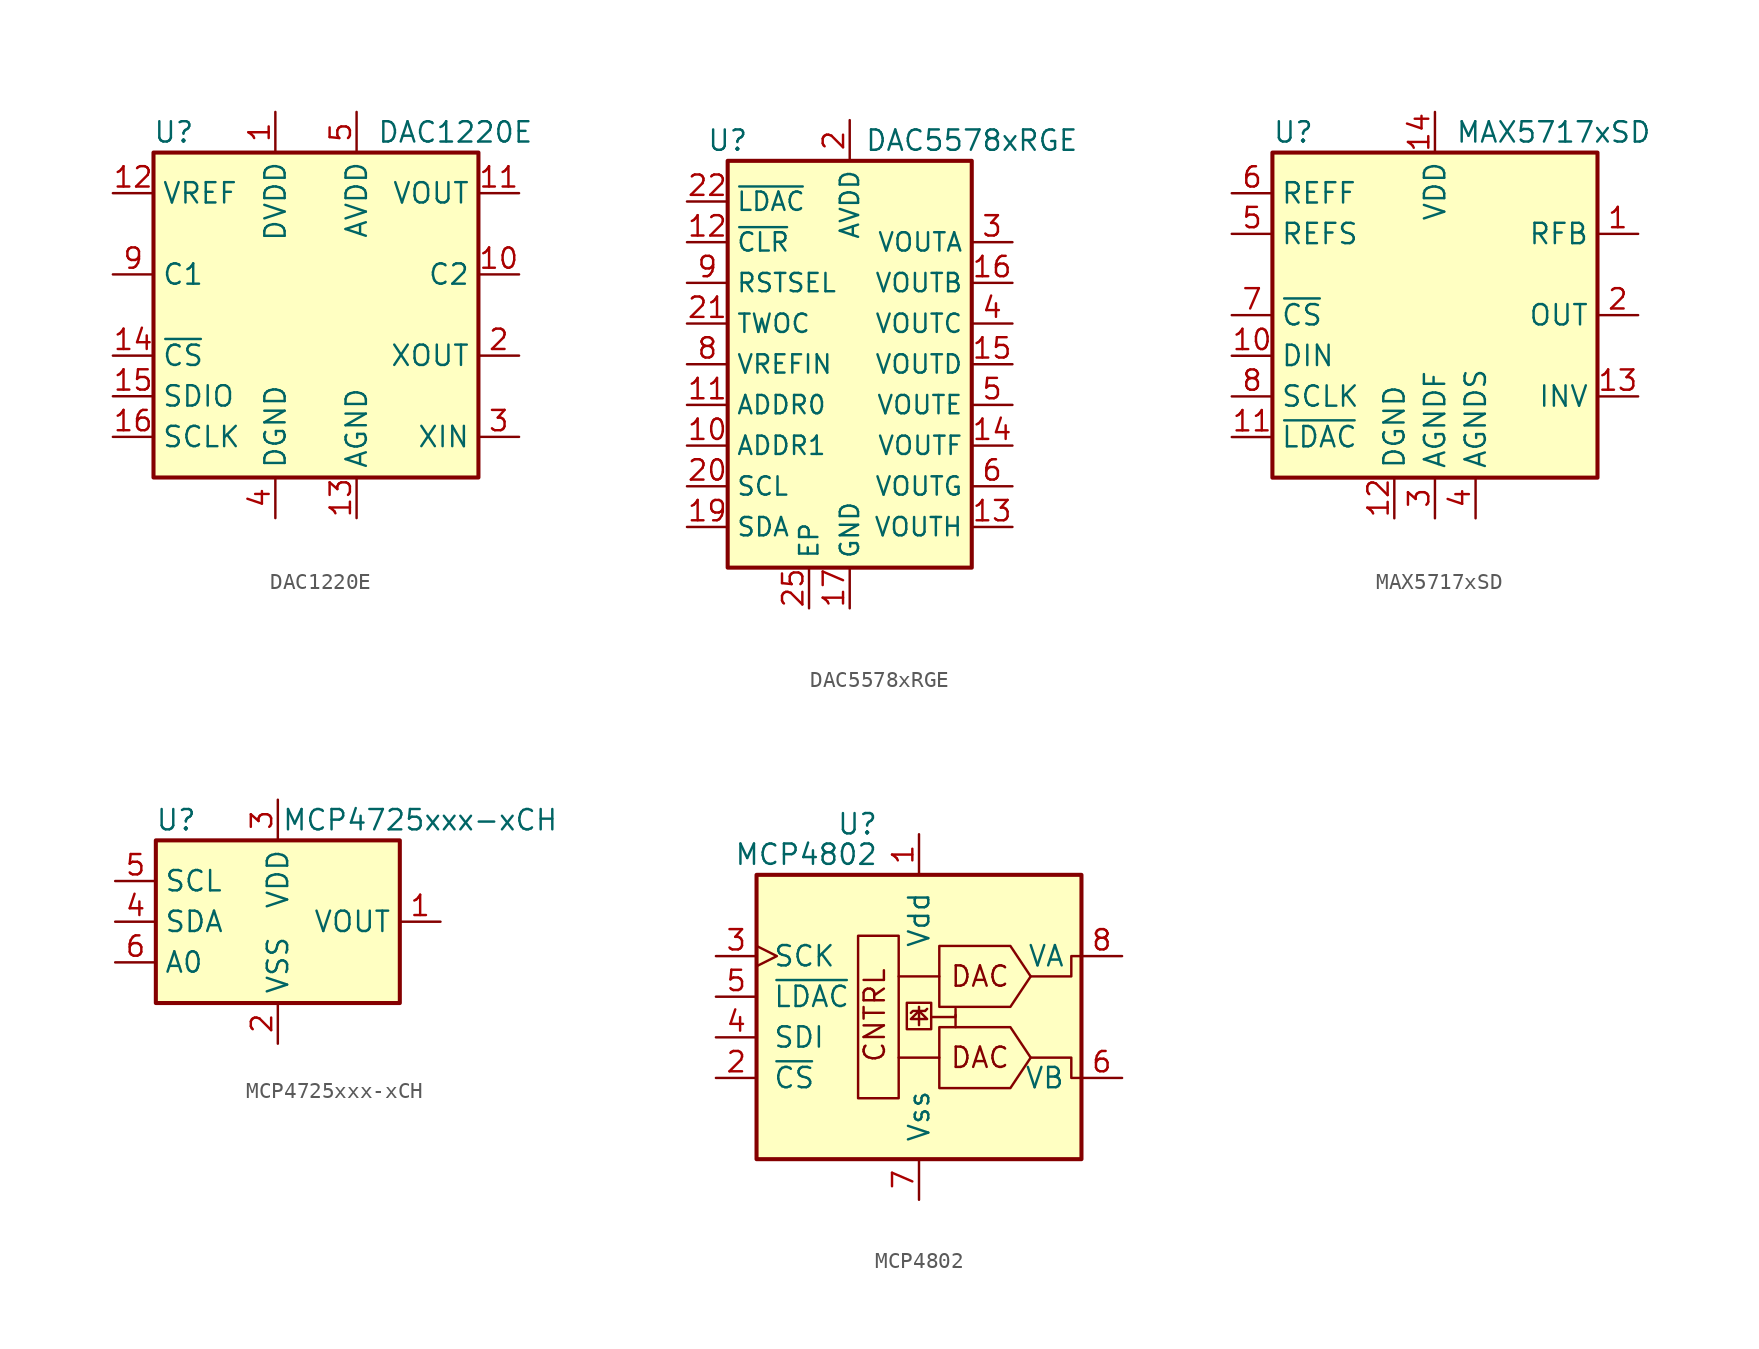
<source format=kicad_sym>
(kicad_symbol_lib
  (version 20201005)
  (generator kicad_symbol_editor)
  (symbol "DAC1220E"
    (property "Reference" "U"
      (at -8.89 11.43 0)
      (effects (font (size 1.27 1.27))))
    (property "Value" "DAC1220E"
      (at 3.81 11.43 0)
      (effects (font (size 1.27 1.27)) (justify left)))
    (symbol "DAC1220E_0_1"
      (rectangle (start -10.16 10.16) (end 10.16 -10.16) (stroke (width 0.254)) (fill (type background))))
    (symbol "DAC1220E_1_1"
      (pin power_in line (at -2.54 12.7 270) (length 2.54) (name "DVDD" (effects (font (size 1.27 1.27)))) (number "1" (effects (font (size 1.27 1.27)))))
      (pin passive line (at 12.7 2.54 180) (length 2.54) (name "C2" (effects (font (size 1.27 1.27)))) (number "10" (effects (font (size 1.27 1.27)))))
      (pin output line (at 12.7 7.62 180) (length 2.54) (name "VOUT" (effects (font (size 1.27 1.27)))) (number "11" (effects (font (size 1.27 1.27)))))
      (pin input line (at -12.7 7.62 0) (length 2.54) (name "VREF" (effects (font (size 1.27 1.27)))) (number "12" (effects (font (size 1.27 1.27)))))
      (pin power_in line (at 2.54 -12.7 90) (length 2.54) (name "AGND" (effects (font (size 1.27 1.27)))) (number "13" (effects (font (size 1.27 1.27)))))
      (pin input line (at -12.7 -2.54 0) (length 2.54) (name "~CS" (effects (font (size 1.27 1.27)))) (number "14" (effects (font (size 1.27 1.27)))))
      (pin bidirectional line (at -12.7 -5.08 0) (length 2.54) (name "SDIO" (effects (font (size 1.27 1.27)))) (number "15" (effects (font (size 1.27 1.27)))))
      (pin input line (at -12.7 -7.62 0) (length 2.54) (name "SCLK" (effects (font (size 1.27 1.27)))) (number "16" (effects (font (size 1.27 1.27)))))
      (pin output line (at 12.7 -2.54 180) (length 2.54) (name "XOUT" (effects (font (size 1.27 1.27)))) (number "2" (effects (font (size 1.27 1.27)))))
      (pin input line (at 12.7 -7.62 180) (length 2.54) (name "XIN" (effects (font (size 1.27 1.27)))) (number "3" (effects (font (size 1.27 1.27)))))
      (pin power_in line (at -2.54 -12.7 90) (length 2.54) (name "DGND" (effects (font (size 1.27 1.27)))) (number "4" (effects (font (size 1.27 1.27)))))
      (pin power_in line (at 2.54 12.7 270) (length 2.54) (name "AVDD" (effects (font (size 1.27 1.27)))) (number "5" (effects (font (size 1.27 1.27)))))
      (pin no_connect line (at 10.16 5.08 180) (length 2.54) hide (name "DNC" (effects (font (size 1.27 1.27)))) (number "6" (effects (font (size 1.27 1.27)))))
      (pin no_connect line (at 10.16 0 180) (length 2.54) hide (name "DNC" (effects (font (size 1.27 1.27)))) (number "7" (effects (font (size 1.27 1.27)))))
      (pin no_connect line (at 10.16 -5.08 180) (length 2.54) hide (name "DNC" (effects (font (size 1.27 1.27)))) (number "8" (effects (font (size 1.27 1.27)))))
      (pin passive line (at -12.7 2.54 0) (length 2.54) (name "C1" (effects (font (size 1.27 1.27)))) (number "9" (effects (font (size 1.27 1.27)))))))
  (symbol "DAC5578xRGE"
    (property "Reference" "U"
      (at -7.62 13.97 0)
      (effects (font (size 1.27 1.27))))
    (property "Value" "DAC5578xRGE"
      (at 7.62 13.97 0)
      (effects (font (size 1.27 1.27))))
    (symbol "DAC5578xRGE_0_1"
      (rectangle (start -7.62 12.7) (end 7.62 -12.7) (stroke (width 0.254)) (fill (type background))))
    (symbol "DAC5578xRGE_1_1"
      (pin no_connect line (at 7.62 10.16 180) (length 2.54) hide (name "NC" (effects (font (size 1.143 1.143)))) (number "1" (effects (font (size 1.27 1.27)))))
      (pin input line (at -10.16 -5.08 0) (length 2.54) (name "ADDR1" (effects (font (size 1.143 1.143)))) (number "10" (effects (font (size 1.27 1.27)))))
      (pin input line (at -10.16 -2.54 0) (length 2.54) (name "ADDR0" (effects (font (size 1.143 1.143)))) (number "11" (effects (font (size 1.27 1.27)))))
      (pin input line (at -10.16 7.62 0) (length 2.54) (name "~CLR" (effects (font (size 1.143 1.143)))) (number "12" (effects (font (size 1.27 1.27)))))
      (pin output line (at 10.16 -10.16 180) (length 2.54) (name "VOUTH" (effects (font (size 1.143 1.143)))) (number "13" (effects (font (size 1.27 1.27)))))
      (pin output line (at 10.16 -5.08 180) (length 2.54) (name "VOUTF" (effects (font (size 1.143 1.143)))) (number "14" (effects (font (size 1.27 1.27)))))
      (pin output line (at 10.16 0 180) (length 2.54) (name "VOUTD" (effects (font (size 1.143 1.143)))) (number "15" (effects (font (size 1.27 1.27)))))
      (pin output line (at 10.16 5.08 180) (length 2.54) (name "VOUTB" (effects (font (size 1.143 1.143)))) (number "16" (effects (font (size 1.27 1.27)))))
      (pin power_in line (at 0 -15.24 90) (length 2.54) (name "GND" (effects (font (size 1.143 1.143)))) (number "17" (effects (font (size 1.27 1.27)))))
      (pin no_connect line (at 7.62 12.7 180) (length 2.54) hide (name "NC" (effects (font (size 1.143 1.143)))) (number "18" (effects (font (size 1.27 1.27)))))
      (pin bidirectional line (at -10.16 -10.16 0) (length 2.54) (name "SDA" (effects (font (size 1.143 1.143)))) (number "19" (effects (font (size 1.27 1.27)))))
      (pin power_in line (at 0 15.24 270) (length 2.54) (name "AVDD" (effects (font (size 1.143 1.143)))) (number "2" (effects (font (size 1.27 1.27)))))
      (pin input line (at -10.16 -7.62 0) (length 2.54) (name "SCL" (effects (font (size 1.143 1.143)))) (number "20" (effects (font (size 1.27 1.27)))))
      (pin input line (at -10.16 2.54 0) (length 2.54) (name "TWOC" (effects (font (size 1.143 1.143)))) (number "21" (effects (font (size 1.27 1.27)))))
      (pin input line (at -10.16 10.16 0) (length 2.54) (name "~LDAC" (effects (font (size 1.143 1.143)))) (number "22" (effects (font (size 1.27 1.27)))))
      (pin no_connect line (at 5.08 12.7 180) (length 2.54) hide (name "NC" (effects (font (size 1.143 1.143)))) (number "23" (effects (font (size 1.27 1.27)))))
      (pin no_connect line (at 2.54 10.16 180) (length 2.54) hide (name "NC" (effects (font (size 1.143 1.143)))) (number "24" (effects (font (size 1.27 1.27)))))
      (pin passive line (at -2.54 -15.24 90) (length 2.54) (name "EP" (effects (font (size 1.143 1.143)))) (number "25" (effects (font (size 1.27 1.27)))))
      (pin output line (at 10.16 7.62 180) (length 2.54) (name "VOUTA" (effects (font (size 1.143 1.143)))) (number "3" (effects (font (size 1.27 1.27)))))
      (pin output line (at 10.16 2.54 180) (length 2.54) (name "VOUTC" (effects (font (size 1.143 1.143)))) (number "4" (effects (font (size 1.27 1.27)))))
      (pin output line (at 10.16 -2.54 180) (length 2.54) (name "VOUTE" (effects (font (size 1.143 1.143)))) (number "5" (effects (font (size 1.27 1.27)))))
      (pin output line (at 10.16 -7.62 180) (length 2.54) (name "VOUTG" (effects (font (size 1.143 1.143)))) (number "6" (effects (font (size 1.27 1.27)))))
      (pin no_connect line (at 5.08 10.16 180) (length 2.54) hide (name "NC" (effects (font (size 1.143 1.143)))) (number "7" (effects (font (size 1.27 1.27)))))
      (pin input line (at -10.16 0 0) (length 2.54) (name "VREFIN" (effects (font (size 1.143 1.143)))) (number "8" (effects (font (size 1.27 1.27)))))
      (pin input line (at -10.16 5.08 0) (length 2.54) (name "RSTSEL" (effects (font (size 1.143 1.143)))) (number "9" (effects (font (size 1.27 1.27)))))))
  (symbol "MAX5717xSD"
    (property "Reference" "U"
      (at -10.16 11.43 0)
      (effects (font (size 1.27 1.27)) (justify left)))
    (property "Value" "MAX5717xSD"
      (at 1.27 11.43 0)
      (effects (font (size 1.27 1.27)) (justify left)))
    (symbol "MAX5717xSD_0_1"
      (rectangle (start -10.16 10.16) (end 10.16 -10.16) (stroke (width 0.254)) (fill (type background))))
    (symbol "MAX5717xSD_1_1"
      (pin passive line (at 12.7 5.08 180) (length 2.54) (name "RFB" (effects (font (size 1.27 1.27)))) (number "1" (effects (font (size 1.27 1.27)))))
      (pin input line (at -12.7 -2.54 0) (length 2.54) (name "DIN" (effects (font (size 1.27 1.27)))) (number "10" (effects (font (size 1.27 1.27)))))
      (pin input line (at -12.7 -7.62 0) (length 2.54) (name "~LDAC" (effects (font (size 1.27 1.27)))) (number "11" (effects (font (size 1.27 1.27)))))
      (pin power_in line (at -2.54 -12.7 90) (length 2.54) (name "DGND" (effects (font (size 1.27 1.27)))) (number "12" (effects (font (size 1.27 1.27)))))
      (pin passive line (at 12.7 -5.08 180) (length 2.54) (name "INV" (effects (font (size 1.27 1.27)))) (number "13" (effects (font (size 1.27 1.27)))))
      (pin power_in line (at 0 12.7 270) (length 2.54) (name "VDD" (effects (font (size 1.27 1.27)))) (number "14" (effects (font (size 1.27 1.27)))))
      (pin output line (at 12.7 0 180) (length 2.54) (name "OUT" (effects (font (size 1.27 1.27)))) (number "2" (effects (font (size 1.27 1.27)))))
      (pin power_in line (at 0 -12.7 90) (length 2.54) (name "AGNDF" (effects (font (size 1.27 1.27)))) (number "3" (effects (font (size 1.27 1.27)))))
      (pin power_in line (at 2.54 -12.7 90) (length 2.54) (name "AGNDS" (effects (font (size 1.27 1.27)))) (number "4" (effects (font (size 1.27 1.27)))))
      (pin input line (at -12.7 5.08 0) (length 2.54) (name "REFS" (effects (font (size 1.27 1.27)))) (number "5" (effects (font (size 1.27 1.27)))))
      (pin input line (at -12.7 7.62 0) (length 2.54) (name "REFF" (effects (font (size 1.27 1.27)))) (number "6" (effects (font (size 1.27 1.27)))))
      (pin input line (at -12.7 0 0) (length 2.54) (name "~CS" (effects (font (size 1.27 1.27)))) (number "7" (effects (font (size 1.27 1.27)))))
      (pin input line (at -12.7 -5.08 0) (length 2.54) (name "SCLK" (effects (font (size 1.27 1.27)))) (number "8" (effects (font (size 1.27 1.27)))))
      (pin no_connect line (at 10.16 -7.62 180) (length 2.54) hide (name "NC" (effects (font (size 1.27 1.27)))) (number "9" (effects (font (size 1.27 1.27)))))))
  (symbol "MCP4725xxx-xCH"
    (property "Reference" "U"
      (at -6.35 6.35 0)
      (effects (font (size 1.27 1.27))))
    (property "Value" "MCP4725xxx-xCH"
      (at 8.89 6.35 0)
      (effects (font (size 1.27 1.27))))
    (symbol "MCP4725xxx-xCH_0_1"
      (rectangle (start -7.62 5.08) (end 7.62 -5.08) (stroke (width 0.254)) (fill (type background))))
    (symbol "MCP4725xxx-xCH_1_1"
      (pin output line (at 10.16 0 180) (length 2.54) (name "VOUT" (effects (font (size 1.27 1.27)))) (number "1" (effects (font (size 1.27 1.27)))))
      (pin power_in line (at 0 -7.62 90) (length 2.54) (name "VSS" (effects (font (size 1.27 1.27)))) (number "2" (effects (font (size 1.27 1.27)))))
      (pin power_in line (at 0 7.62 270) (length 2.54) (name "VDD" (effects (font (size 1.27 1.27)))) (number "3" (effects (font (size 1.27 1.27)))))
      (pin bidirectional line (at -10.16 0 0) (length 2.54) (name "SDA" (effects (font (size 1.27 1.27)))) (number "4" (effects (font (size 1.27 1.27)))))
      (pin input line (at -10.16 2.54 0) (length 2.54) (name "SCL" (effects (font (size 1.27 1.27)))) (number "5" (effects (font (size 1.27 1.27)))))
      (pin input line (at -10.16 -2.54 0) (length 2.54) (name "A0" (effects (font (size 1.27 1.27)))) (number "6" (effects (font (size 1.27 1.27)))))))
  (symbol "MCP4802"
    (pin_names
      (offset 1.016))
    (property "Reference" "U"
      (at -2.54 10.795 0)
      (effects (font (size 1.27 1.27)) (justify right)))
    (property "Value" "MCP4802"
      (at -2.54 8.89 0)
      (effects (font (size 1.27 1.27)) (justify right)))
    (symbol "MCP4802_0_0"
      (text "CNTRL" (at -2.032 -4.191 900) (effects (font (size 1.27 1.27)) (justify left bottom)))
      (text "DAC" (at 3.81 -3.81 0) (effects (font (size 1.27 1.27))))
      (text "DAC" (at 3.81 1.27 0) (effects (font (size 1.27 1.27))))
      (rectangle (start 0.762 -0.381) (end -0.762 -2.032) (stroke (width 0)) (fill (type none)))
      (polyline (pts (xy 0 -1.778) (xy 0 -0.635)) (stroke (width 0)) (fill (type none)))
      (polyline (pts (xy 0.381 -0.889) (xy 0.508 -0.762)) (stroke (width 0)) (fill (type none)))
      (polyline (pts (xy 2.286 -1.143) (xy 2.286 -1.905)) (stroke (width 0)) (fill (type none)))
      (polyline (pts (xy 0.381 -0.889) (xy -0.381 -0.889) (xy -0.508 -1.016)) (stroke (width 0)) (fill (type none)))
      (polyline (pts (xy 0.762 -1.27) (xy 2.286 -1.27) (xy 2.286 -0.762)) (stroke (width 0)) (fill (type none)))
      (polyline (pts (xy 0 -0.889) (xy 0.508 -1.397) (xy -0.508 -1.397) (xy 0 -0.889)) (stroke (width 0)) (fill (type none)))
      (polyline (pts (xy 6.985 -3.81) (xy 9.525 -3.81) (xy 9.525 -5.08) (xy 10.16 -5.08)) (stroke (width 0)) (fill (type none)))
      (polyline (pts (xy 6.985 1.27) (xy 9.525 1.27) (xy 9.525 2.54) (xy 10.16 2.54)) (stroke (width 0)) (fill (type none))))
    (symbol "MCP4802_0_1"
      (rectangle (start -1.27 -6.35) (end -3.81 3.81) (stroke (width 0)) (fill (type none)))
      (rectangle (start -10.16 7.62) (end 10.16 -10.16) (stroke (width 0.254)) (fill (type background)))
      (polyline (pts (xy 1.27 -3.81) (xy -1.27 -3.81)) (stroke (width 0)) (fill (type none)))
      (polyline (pts (xy 1.27 1.27) (xy -1.27 1.27)) (stroke (width 0)) (fill (type none)))
      (polyline (pts (xy 6.985 -3.81) (xy 5.715 -1.905) (xy 1.27 -1.905) (xy 1.27 -5.715) (xy 5.715 -5.715) (xy 6.985 -3.81)) (stroke (width 0)) (fill (type none)))
      (polyline (pts (xy 6.985 1.27) (xy 5.715 3.175) (xy 1.27 3.175) (xy 1.27 -0.635) (xy 5.715 -0.635) (xy 6.985 1.27)) (stroke (width 0)) (fill (type none))))
    (symbol "MCP4802_1_1"
      (pin power_in line (at 0 10.16 270) (length 2.54) (name "Vdd" (effects (font (size 1.27 1.27)))) (number "1" (effects (font (size 1.27 1.27)))))
      (pin input line (at -12.7 -5.08 0) (length 2.54) (name "~CS" (effects (font (size 1.27 1.27)))) (number "2" (effects (font (size 1.27 1.27)))))
      (pin input clock (at -12.7 2.54 0) (length 2.54) (name "SCK" (effects (font (size 1.27 1.27)))) (number "3" (effects (font (size 1.27 1.27)))))
      (pin input line (at -12.7 -2.54 0) (length 2.54) (name "SDI" (effects (font (size 1.27 1.27)))) (number "4" (effects (font (size 1.27 1.27)))))
      (pin input line (at -12.7 0 0) (length 2.54) (name "~LDAC" (effects (font (size 1.27 1.27)))) (number "5" (effects (font (size 1.27 1.27)))))
      (pin output line (at 12.7 -5.08 180) (length 2.54) (name "VB" (effects (font (size 1.27 1.27)))) (number "6" (effects (font (size 1.27 1.27)))))
      (pin power_in line (at 0 -12.7 90) (length 2.54) (name "Vss" (effects (font (size 1.27 1.27)))) (number "7" (effects (font (size 1.27 1.27)))))
      (pin output line (at 12.7 2.54 180) (length 2.54) (name "VA" (effects (font (size 1.27 1.27)))) (number "8" (effects (font (size 1.27 1.27))))))))
</source>
